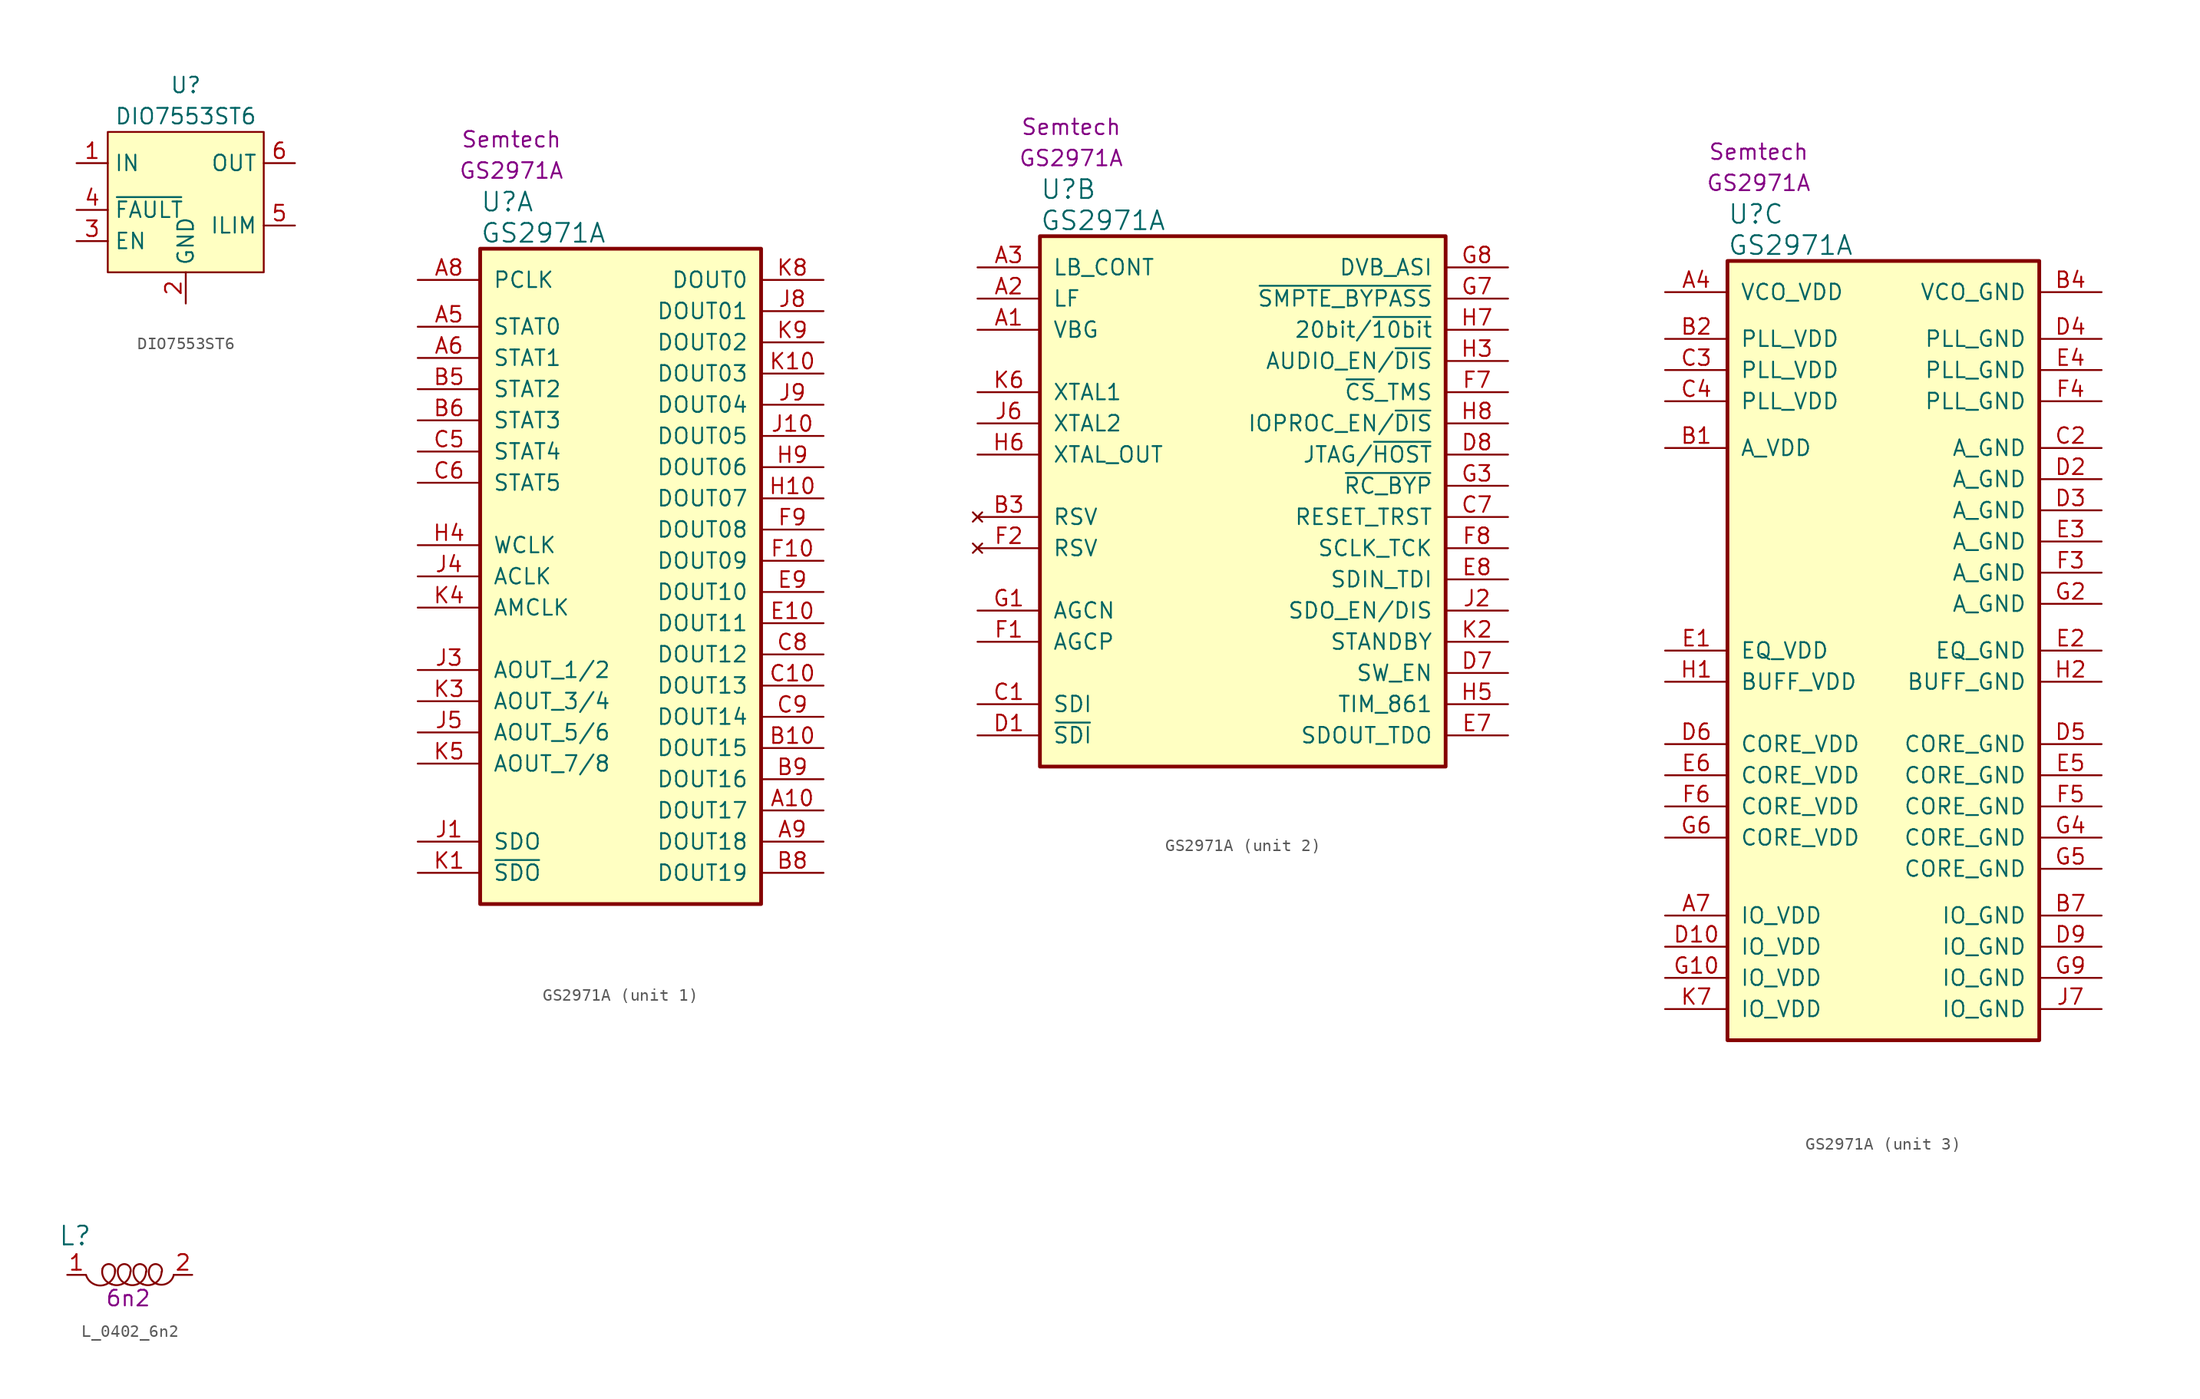
<source format=kicad_sym>
(kicad_symbol_lib
  (version 20211014)
  (generator kicad_symbol_editor)
  (symbol "DIO7553ST6"
    (property "Reference" "U"
      (at 0 6.35 0)
      (effects (font (size 1.27 1.27))))
    (property "Value" "DIO7553ST6"
      (at 0 3.81 0)
      (effects (font (size 1.27 1.27))))
    (symbol "DIO7553ST6_0_1"
      (rectangle (start -6.35 2.54) (end 6.35 -8.89) (stroke (width 0) (type default) (color 0 0 0 0)) (fill (type background))))
    (symbol "DIO7553ST6_1_1"
      (pin power_in line (at -8.89 0 0) (length 2.54) (name "IN" (effects (font (size 1.27 1.27)))) (number "1" (effects (font (size 1.27 1.27)))))
      (pin power_in line (at 0 -11.43 90) (length 2.54) (name "GND" (effects (font (size 1.27 1.27)))) (number "2" (effects (font (size 1.27 1.27)))))
      (pin input line (at -8.89 -6.35 0) (length 2.54) (name "EN" (effects (font (size 1.27 1.27)))) (number "3" (effects (font (size 1.27 1.27)))))
      (pin output line (at -8.89 -3.81 0) (length 2.54) (name "~{FAULT}" (effects (font (size 1.27 1.27)))) (number "4" (effects (font (size 1.27 1.27)))))
      (pin passive line (at 8.89 -5.08 180) (length 2.54) (name "ILIM" (effects (font (size 1.27 1.27)))) (number "5" (effects (font (size 1.27 1.27)))))
      (pin power_out line (at 8.89 0 180) (length 2.54) (name "OUT" (effects (font (size 1.27 1.27)))) (number "6" (effects (font (size 1.27 1.27)))))))
  (symbol "GS2971A"
    (pin_names
      (offset 1.016))
    (property "Reference" "U"
      (at 5.08 6.35 0)
      (effects (font (size 1.524 1.524)) (justify left)))
    (property "Value" "GS2971A"
      (at 5.08 3.81 0)
      (effects (font (size 1.524 1.524)) (justify left)))
    (property "MPN" "GS2971A"
      (at 7.62 8.89 0)
      (effects (font (size 1.27 1.27))))
    (property "Manufacturer" "Semtech"
      (at 7.62 11.43 0)
      (effects (font (size 1.27 1.27))))
    (property "ki_locked" ""
      (at 0 0 0)
      (effects (font (size 1.27 1.27))))
    (symbol "GS2971A_1_1"
      (rectangle (start 5.08 2.54) (end 27.94 -50.8) (stroke (width 0.305) (type default) (color 0 0 0 0)) (fill (type background)))
      (pin output line (at 33.02 -43.18 180) (length 5.08) (name "DOUT17" (effects (font (size 1.27 1.27)))) (number "A10" (effects (font (size 1.27 1.27)))))
      (pin output line (at 0 -3.81 0) (length 5.08) (name "STAT0" (effects (font (size 1.27 1.27)))) (number "A5" (effects (font (size 1.27 1.27)))))
      (pin output line (at 0 -6.35 0) (length 5.08) (name "STAT1" (effects (font (size 1.27 1.27)))) (number "A6" (effects (font (size 1.27 1.27)))))
      (pin output line (at 0 0 0) (length 5.08) (name "PCLK" (effects (font (size 1.27 1.27)))) (number "A8" (effects (font (size 1.27 1.27)))))
      (pin output line (at 33.02 -45.72 180) (length 5.08) (name "DOUT18" (effects (font (size 1.27 1.27)))) (number "A9" (effects (font (size 1.27 1.27)))))
      (pin output line (at 33.02 -38.1 180) (length 5.08) (name "DOUT15" (effects (font (size 1.27 1.27)))) (number "B10" (effects (font (size 1.27 1.27)))))
      (pin output line (at 0 -8.89 0) (length 5.08) (name "STAT2" (effects (font (size 1.27 1.27)))) (number "B5" (effects (font (size 1.27 1.27)))))
      (pin output line (at 0 -11.43 0) (length 5.08) (name "STAT3" (effects (font (size 1.27 1.27)))) (number "B6" (effects (font (size 1.27 1.27)))))
      (pin output line (at 33.02 -48.26 180) (length 5.08) (name "DOUT19" (effects (font (size 1.27 1.27)))) (number "B8" (effects (font (size 1.27 1.27)))))
      (pin output line (at 33.02 -40.64 180) (length 5.08) (name "DOUT16" (effects (font (size 1.27 1.27)))) (number "B9" (effects (font (size 1.27 1.27)))))
      (pin output line (at 33.02 -33.02 180) (length 5.08) (name "DOUT13" (effects (font (size 1.27 1.27)))) (number "C10" (effects (font (size 1.27 1.27)))))
      (pin output line (at 0 -13.97 0) (length 5.08) (name "STAT4" (effects (font (size 1.27 1.27)))) (number "C5" (effects (font (size 1.27 1.27)))))
      (pin output line (at 0 -16.51 0) (length 5.08) (name "STAT5" (effects (font (size 1.27 1.27)))) (number "C6" (effects (font (size 1.27 1.27)))))
      (pin output line (at 33.02 -30.48 180) (length 5.08) (name "DOUT12" (effects (font (size 1.27 1.27)))) (number "C8" (effects (font (size 1.27 1.27)))))
      (pin output line (at 33.02 -35.56 180) (length 5.08) (name "DOUT14" (effects (font (size 1.27 1.27)))) (number "C9" (effects (font (size 1.27 1.27)))))
      (pin output line (at 33.02 -27.94 180) (length 5.08) (name "DOUT11" (effects (font (size 1.27 1.27)))) (number "E10" (effects (font (size 1.27 1.27)))))
      (pin output line (at 33.02 -25.4 180) (length 5.08) (name "DOUT10" (effects (font (size 1.27 1.27)))) (number "E9" (effects (font (size 1.27 1.27)))))
      (pin output line (at 33.02 -22.86 180) (length 5.08) (name "DOUT09" (effects (font (size 1.27 1.27)))) (number "F10" (effects (font (size 1.27 1.27)))))
      (pin output line (at 33.02 -20.32 180) (length 5.08) (name "DOUT08" (effects (font (size 1.27 1.27)))) (number "F9" (effects (font (size 1.27 1.27)))))
      (pin output line (at 33.02 -17.78 180) (length 5.08) (name "DOUT07" (effects (font (size 1.27 1.27)))) (number "H10" (effects (font (size 1.27 1.27)))))
      (pin output line (at 0 -21.59 0) (length 5.08) (name "WCLK" (effects (font (size 1.27 1.27)))) (number "H4" (effects (font (size 1.27 1.27)))))
      (pin output line (at 33.02 -15.24 180) (length 5.08) (name "DOUT06" (effects (font (size 1.27 1.27)))) (number "H9" (effects (font (size 1.27 1.27)))))
      (pin output line (at 0 -45.72 0) (length 5.08) (name "SDO" (effects (font (size 1.27 1.27)))) (number "J1" (effects (font (size 1.27 1.27)))))
      (pin output line (at 33.02 -12.7 180) (length 5.08) (name "DOUT05" (effects (font (size 1.27 1.27)))) (number "J10" (effects (font (size 1.27 1.27)))))
      (pin output line (at 0 -31.75 0) (length 5.08) (name "AOUT_1/2" (effects (font (size 1.27 1.27)))) (number "J3" (effects (font (size 1.27 1.27)))))
      (pin output line (at 0 -24.13 0) (length 5.08) (name "ACLK" (effects (font (size 1.27 1.27)))) (number "J4" (effects (font (size 1.27 1.27)))))
      (pin output line (at 0 -36.83 0) (length 5.08) (name "AOUT_5/6" (effects (font (size 1.27 1.27)))) (number "J5" (effects (font (size 1.27 1.27)))))
      (pin output line (at 33.02 -2.54 180) (length 5.08) (name "DOUT01" (effects (font (size 1.27 1.27)))) (number "J8" (effects (font (size 1.27 1.27)))))
      (pin output line (at 33.02 -10.16 180) (length 5.08) (name "DOUT04" (effects (font (size 1.27 1.27)))) (number "J9" (effects (font (size 1.27 1.27)))))
      (pin output line (at 0 -48.26 0) (length 5.08) (name "~{SDO}" (effects (font (size 1.27 1.27)))) (number "K1" (effects (font (size 1.27 1.27)))))
      (pin output line (at 33.02 -7.62 180) (length 5.08) (name "DOUT03" (effects (font (size 1.27 1.27)))) (number "K10" (effects (font (size 1.27 1.27)))))
      (pin output line (at 0 -34.29 0) (length 5.08) (name "AOUT_3/4" (effects (font (size 1.27 1.27)))) (number "K3" (effects (font (size 1.27 1.27)))))
      (pin output line (at 0 -26.67 0) (length 5.08) (name "AMCLK" (effects (font (size 1.27 1.27)))) (number "K4" (effects (font (size 1.27 1.27)))))
      (pin output line (at 0 -39.37 0) (length 5.08) (name "AOUT_7/8" (effects (font (size 1.27 1.27)))) (number "K5" (effects (font (size 1.27 1.27)))))
      (pin output line (at 33.02 0 180) (length 5.08) (name "DOUT0" (effects (font (size 1.27 1.27)))) (number "K8" (effects (font (size 1.27 1.27)))))
      (pin output line (at 33.02 -5.08 180) (length 5.08) (name "DOUT02" (effects (font (size 1.27 1.27)))) (number "K9" (effects (font (size 1.27 1.27))))))
    (symbol "GS2971A_2_1"
      (rectangle (start 5.08 2.54) (end 38.1 -40.64) (stroke (width 0.305) (type default) (color 0 0 0 0)) (fill (type background)))
      (pin input line (at 0 -5.08 0) (length 5.08) (name "VBG" (effects (font (size 1.27 1.27)))) (number "A1" (effects (font (size 1.27 1.27)))))
      (pin input line (at 0 -2.54 0) (length 5.08) (name "LF" (effects (font (size 1.27 1.27)))) (number "A2" (effects (font (size 1.27 1.27)))))
      (pin input line (at 0 0 0) (length 5.08) (name "LB_CONT" (effects (font (size 1.27 1.27)))) (number "A3" (effects (font (size 1.27 1.27)))))
      (pin no_connect line (at 0 -20.32 0) (length 5.08) (name "RSV" (effects (font (size 1.27 1.27)))) (number "B3" (effects (font (size 1.27 1.27)))))
      (pin input line (at 0 -35.56 0) (length 5.08) (name "SDI" (effects (font (size 1.27 1.27)))) (number "C1" (effects (font (size 1.27 1.27)))))
      (pin input line (at 43.18 -20.32 180) (length 5.08) (name "RESET_TRST" (effects (font (size 1.27 1.27)))) (number "C7" (effects (font (size 1.27 1.27)))))
      (pin input line (at 0 -38.1 0) (length 5.08) (name "~{SDI}" (effects (font (size 1.27 1.27)))) (number "D1" (effects (font (size 1.27 1.27)))))
      (pin input line (at 43.18 -33.02 180) (length 5.08) (name "SW_EN" (effects (font (size 1.27 1.27)))) (number "D7" (effects (font (size 1.27 1.27)))))
      (pin input line (at 43.18 -15.24 180) (length 5.08) (name "JTAG/~{HOST}" (effects (font (size 1.27 1.27)))) (number "D8" (effects (font (size 1.27 1.27)))))
      (pin output line (at 43.18 -38.1 180) (length 5.08) (name "SDOUT_TDO" (effects (font (size 1.27 1.27)))) (number "E7" (effects (font (size 1.27 1.27)))))
      (pin input line (at 43.18 -25.4 180) (length 5.08) (name "SDIN_TDI" (effects (font (size 1.27 1.27)))) (number "E8" (effects (font (size 1.27 1.27)))))
      (pin passive line (at 0 -30.48 0) (length 5.08) (name "AGCP" (effects (font (size 1.27 1.27)))) (number "F1" (effects (font (size 1.27 1.27)))))
      (pin no_connect line (at 0 -22.86 0) (length 5.08) (name "RSV" (effects (font (size 1.27 1.27)))) (number "F2" (effects (font (size 1.27 1.27)))))
      (pin input line (at 43.18 -10.16 180) (length 5.08) (name "~{CS}_TMS" (effects (font (size 1.27 1.27)))) (number "F7" (effects (font (size 1.27 1.27)))))
      (pin input line (at 43.18 -22.86 180) (length 5.08) (name "SCLK_TCK" (effects (font (size 1.27 1.27)))) (number "F8" (effects (font (size 1.27 1.27)))))
      (pin passive line (at 0 -27.94 0) (length 5.08) (name "AGCN" (effects (font (size 1.27 1.27)))) (number "G1" (effects (font (size 1.27 1.27)))))
      (pin input line (at 43.18 -17.78 180) (length 5.08) (name "~{RC_BYP}" (effects (font (size 1.27 1.27)))) (number "G3" (effects (font (size 1.27 1.27)))))
      (pin bidirectional line (at 43.18 -2.54 180) (length 5.08) (name "~{SMPTE_BYPASS}" (effects (font (size 1.27 1.27)))) (number "G7" (effects (font (size 1.27 1.27)))))
      (pin bidirectional line (at 43.18 0 180) (length 5.08) (name "DVB_ASI" (effects (font (size 1.27 1.27)))) (number "G8" (effects (font (size 1.27 1.27)))))
      (pin input line (at 43.18 -7.62 180) (length 5.08) (name "AUDIO_EN/~{DIS}" (effects (font (size 1.27 1.27)))) (number "H3" (effects (font (size 1.27 1.27)))))
      (pin input line (at 43.18 -35.56 180) (length 5.08) (name "TIM_861" (effects (font (size 1.27 1.27)))) (number "H5" (effects (font (size 1.27 1.27)))))
      (pin output line (at 0 -15.24 0) (length 5.08) (name "XTAL_OUT" (effects (font (size 1.27 1.27)))) (number "H6" (effects (font (size 1.27 1.27)))))
      (pin input line (at 43.18 -5.08 180) (length 5.08) (name "20bit/~{10bit}" (effects (font (size 1.27 1.27)))) (number "H7" (effects (font (size 1.27 1.27)))))
      (pin input line (at 43.18 -12.7 180) (length 5.08) (name "IOPROC_EN/~{DIS}" (effects (font (size 1.27 1.27)))) (number "H8" (effects (font (size 1.27 1.27)))))
      (pin input line (at 43.18 -27.94 180) (length 5.08) (name "SDO_EN/DIS" (effects (font (size 1.27 1.27)))) (number "J2" (effects (font (size 1.27 1.27)))))
      (pin input line (at 0 -12.7 0) (length 5.08) (name "XTAL2" (effects (font (size 1.27 1.27)))) (number "J6" (effects (font (size 1.27 1.27)))))
      (pin input line (at 43.18 -30.48 180) (length 5.08) (name "STANDBY" (effects (font (size 1.27 1.27)))) (number "K2" (effects (font (size 1.27 1.27)))))
      (pin input line (at 0 -10.16 0) (length 5.08) (name "XTAL1" (effects (font (size 1.27 1.27)))) (number "K6" (effects (font (size 1.27 1.27))))))
    (symbol "GS2971A_3_1"
      (rectangle (start 5.08 2.54) (end 30.48 -60.96) (stroke (width 0.305) (type default) (color 0 0 0 0)) (fill (type background)))
      (pin power_in line (at 0 0 0) (length 5.08) (name "VCO_VDD" (effects (font (size 1.27 1.27)))) (number "A4" (effects (font (size 1.27 1.27)))))
      (pin power_in line (at 0 -50.8 0) (length 5.08) (name "IO_VDD" (effects (font (size 1.27 1.27)))) (number "A7" (effects (font (size 1.27 1.27)))))
      (pin power_in line (at 0 -12.7 0) (length 5.08) (name "A_VDD" (effects (font (size 1.27 1.27)))) (number "B1" (effects (font (size 1.27 1.27)))))
      (pin power_in line (at 0 -3.81 0) (length 5.08) (name "PLL_VDD" (effects (font (size 1.27 1.27)))) (number "B2" (effects (font (size 1.27 1.27)))))
      (pin power_in line (at 35.56 0 180) (length 5.08) (name "VCO_GND" (effects (font (size 1.27 1.27)))) (number "B4" (effects (font (size 1.27 1.27)))))
      (pin power_in line (at 35.56 -50.8 180) (length 5.08) (name "IO_GND" (effects (font (size 1.27 1.27)))) (number "B7" (effects (font (size 1.27 1.27)))))
      (pin power_in line (at 35.56 -12.7 180) (length 5.08) (name "A_GND" (effects (font (size 1.27 1.27)))) (number "C2" (effects (font (size 1.27 1.27)))))
      (pin power_in line (at 0 -6.35 0) (length 5.08) (name "PLL_VDD" (effects (font (size 1.27 1.27)))) (number "C3" (effects (font (size 1.27 1.27)))))
      (pin power_in line (at 0 -8.89 0) (length 5.08) (name "PLL_VDD" (effects (font (size 1.27 1.27)))) (number "C4" (effects (font (size 1.27 1.27)))))
      (pin power_in line (at 0 -53.34 0) (length 5.08) (name "IO_VDD" (effects (font (size 1.27 1.27)))) (number "D10" (effects (font (size 1.27 1.27)))))
      (pin power_in line (at 35.56 -15.24 180) (length 5.08) (name "A_GND" (effects (font (size 1.27 1.27)))) (number "D2" (effects (font (size 1.27 1.27)))))
      (pin power_in line (at 35.56 -17.78 180) (length 5.08) (name "A_GND" (effects (font (size 1.27 1.27)))) (number "D3" (effects (font (size 1.27 1.27)))))
      (pin power_in line (at 35.56 -3.81 180) (length 5.08) (name "PLL_GND" (effects (font (size 1.27 1.27)))) (number "D4" (effects (font (size 1.27 1.27)))))
      (pin power_in line (at 35.56 -36.83 180) (length 5.08) (name "CORE_GND" (effects (font (size 1.27 1.27)))) (number "D5" (effects (font (size 1.27 1.27)))))
      (pin power_in line (at 0 -36.83 0) (length 5.08) (name "CORE_VDD" (effects (font (size 1.27 1.27)))) (number "D6" (effects (font (size 1.27 1.27)))))
      (pin power_in line (at 35.56 -53.34 180) (length 5.08) (name "IO_GND" (effects (font (size 1.27 1.27)))) (number "D9" (effects (font (size 1.27 1.27)))))
      (pin power_in line (at 0 -29.21 0) (length 5.08) (name "EQ_VDD" (effects (font (size 1.27 1.27)))) (number "E1" (effects (font (size 1.27 1.27)))))
      (pin power_in line (at 35.56 -29.21 180) (length 5.08) (name "EQ_GND" (effects (font (size 1.27 1.27)))) (number "E2" (effects (font (size 1.27 1.27)))))
      (pin power_in line (at 35.56 -20.32 180) (length 5.08) (name "A_GND" (effects (font (size 1.27 1.27)))) (number "E3" (effects (font (size 1.27 1.27)))))
      (pin power_in line (at 35.56 -6.35 180) (length 5.08) (name "PLL_GND" (effects (font (size 1.27 1.27)))) (number "E4" (effects (font (size 1.27 1.27)))))
      (pin power_in line (at 35.56 -39.37 180) (length 5.08) (name "CORE_GND" (effects (font (size 1.27 1.27)))) (number "E5" (effects (font (size 1.27 1.27)))))
      (pin power_in line (at 0 -39.37 0) (length 5.08) (name "CORE_VDD" (effects (font (size 1.27 1.27)))) (number "E6" (effects (font (size 1.27 1.27)))))
      (pin power_in line (at 35.56 -22.86 180) (length 5.08) (name "A_GND" (effects (font (size 1.27 1.27)))) (number "F3" (effects (font (size 1.27 1.27)))))
      (pin power_in line (at 35.56 -8.89 180) (length 5.08) (name "PLL_GND" (effects (font (size 1.27 1.27)))) (number "F4" (effects (font (size 1.27 1.27)))))
      (pin power_in line (at 35.56 -41.91 180) (length 5.08) (name "CORE_GND" (effects (font (size 1.27 1.27)))) (number "F5" (effects (font (size 1.27 1.27)))))
      (pin power_in line (at 0 -41.91 0) (length 5.08) (name "CORE_VDD" (effects (font (size 1.27 1.27)))) (number "F6" (effects (font (size 1.27 1.27)))))
      (pin power_in line (at 0 -55.88 0) (length 5.08) (name "IO_VDD" (effects (font (size 1.27 1.27)))) (number "G10" (effects (font (size 1.27 1.27)))))
      (pin power_in line (at 35.56 -25.4 180) (length 5.08) (name "A_GND" (effects (font (size 1.27 1.27)))) (number "G2" (effects (font (size 1.27 1.27)))))
      (pin power_in line (at 35.56 -44.45 180) (length 5.08) (name "CORE_GND" (effects (font (size 1.27 1.27)))) (number "G4" (effects (font (size 1.27 1.27)))))
      (pin power_in line (at 35.56 -46.99 180) (length 5.08) (name "CORE_GND" (effects (font (size 1.27 1.27)))) (number "G5" (effects (font (size 1.27 1.27)))))
      (pin power_in line (at 0 -44.45 0) (length 5.08) (name "CORE_VDD" (effects (font (size 1.27 1.27)))) (number "G6" (effects (font (size 1.27 1.27)))))
      (pin power_in line (at 35.56 -55.88 180) (length 5.08) (name "IO_GND" (effects (font (size 1.27 1.27)))) (number "G9" (effects (font (size 1.27 1.27)))))
      (pin power_in line (at 0 -31.75 0) (length 5.08) (name "BUFF_VDD" (effects (font (size 1.27 1.27)))) (number "H1" (effects (font (size 1.27 1.27)))))
      (pin power_in line (at 35.56 -31.75 180) (length 5.08) (name "BUFF_GND" (effects (font (size 1.27 1.27)))) (number "H2" (effects (font (size 1.27 1.27)))))
      (pin power_in line (at 35.56 -58.42 180) (length 5.08) (name "IO_GND" (effects (font (size 1.27 1.27)))) (number "J7" (effects (font (size 1.27 1.27)))))
      (pin power_in line (at 0 -58.42 0) (length 5.08) (name "IO_VDD" (effects (font (size 1.27 1.27)))) (number "K7" (effects (font (size 1.27 1.27)))))))
  (symbol "L_0402_6n2"
    (pin_names
      (offset 1.016))
    (property "Reference" "L"
      (at -4.445 3.175 0)
      (effects (font (size 1.524 1.524))))
    (property "Val" "6n2"
      (at -0.127 -1.905 0)
      (effects (font (size 1.27 1.27))))
    (symbol "L_0402_6n2_0_1"
      (arc (start -3.556 0) (mid -2.1694 -0.8461) (end -1.1938 0.4318) (stroke (width 0) (type default) (color 0 0 0 0)) (fill (type none)))
      (arc (start -2.2098 0.508) (mid -2.0918 -0.2848) (end -1.4478 -0.762) (stroke (width 0) (type default) (color 0 0 0 0)) (fill (type none)))
      (arc (start -1.4732 -0.762) (mid -0.4347 -0.6489) (end 0.0508 0.254) (stroke (width 0) (type default) (color 0 0 0 0)) (fill (type none)))
      (arc (start -1.1938 0.254) (mid -1.5764 0.8583) (end -2.2098 0.508) (stroke (width 0) (type default) (color 0 0 0 0)) (fill (type none)))
      (arc (start -0.9398 0.508) (mid -0.8218 -0.2848) (end -0.1778 -0.762) (stroke (width 0) (type default) (color 0 0 0 0)) (fill (type none)))
      (arc (start -0.2032 -0.762) (mid 0.8353 -0.6489) (end 1.3208 0.254) (stroke (width 0) (type default) (color 0 0 0 0)) (fill (type none)))
      (arc (start 0.0762 0.254) (mid -0.3064 0.8583) (end -0.9398 0.508) (stroke (width 0) (type default) (color 0 0 0 0)) (fill (type none)))
      (arc (start 0.3302 0.508) (mid 0.4482 -0.2848) (end 1.0922 -0.762) (stroke (width 0) (type default) (color 0 0 0 0)) (fill (type none)))
      (arc (start 1.0668 -0.762) (mid 2.1053 -0.6489) (end 2.5908 0.254) (stroke (width 0) (type default) (color 0 0 0 0)) (fill (type none)))
      (arc (start 1.3462 0.254) (mid 0.9636 0.8583) (end 0.3302 0.508) (stroke (width 0) (type default) (color 0 0 0 0)) (fill (type none)))
      (arc (start 1.5748 0.4318) (mid 2.3727 -0.7843) (end 3.5814 0) (stroke (width 0) (type default) (color 0 0 0 0)) (fill (type none)))
      (arc (start 2.6162 0.254) (mid 2.2336 0.8583) (end 1.6002 0.508) (stroke (width 0) (type default) (color 0 0 0 0)) (fill (type none))))
    (symbol "L_0402_6n2_1_1"
      (pin passive line (at -5.08 0 0) (length 1.499) (name "~" (effects (font (size 1.27 1.27)))) (number "1" (effects (font (size 1.27 1.27)))))
      (pin passive line (at 5.08 0 180) (length 1.499) (name "~" (effects (font (size 1.27 1.27)))) (number "2" (effects (font (size 1.27 1.27))))))))
</source>
